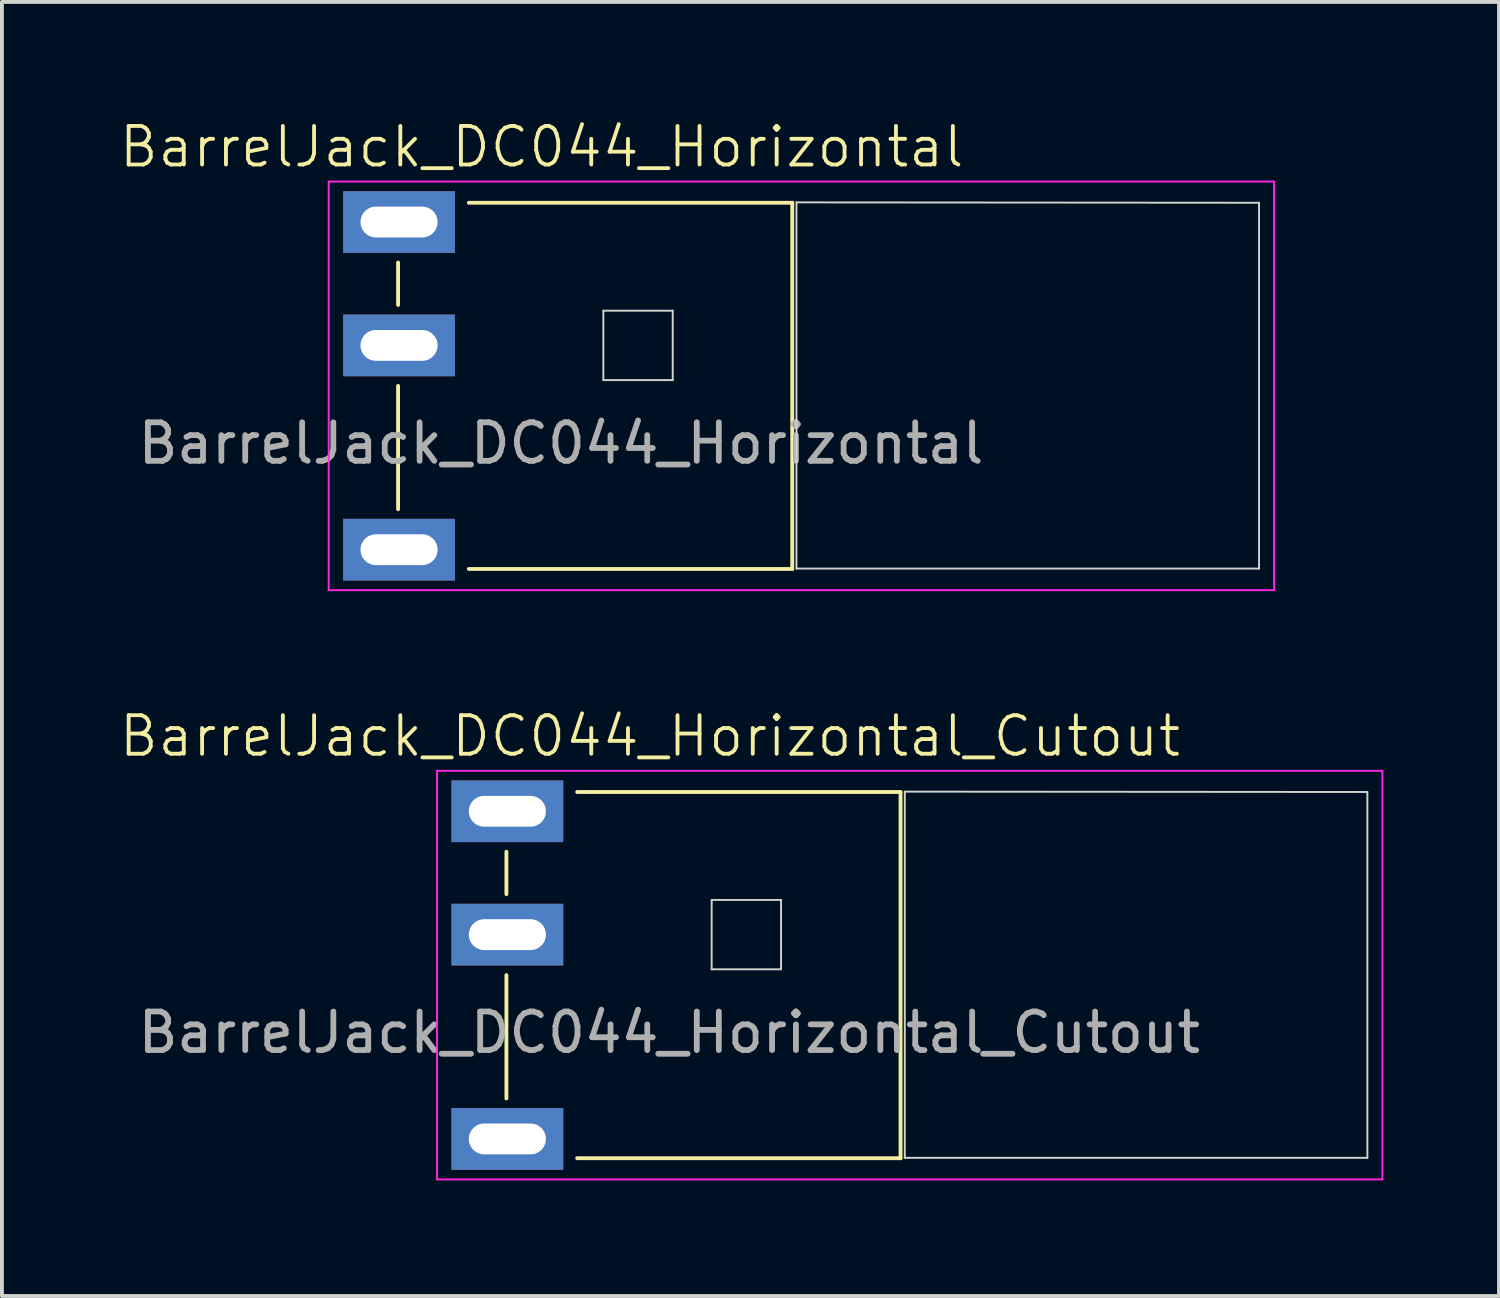
<source format=kicad_pcb>
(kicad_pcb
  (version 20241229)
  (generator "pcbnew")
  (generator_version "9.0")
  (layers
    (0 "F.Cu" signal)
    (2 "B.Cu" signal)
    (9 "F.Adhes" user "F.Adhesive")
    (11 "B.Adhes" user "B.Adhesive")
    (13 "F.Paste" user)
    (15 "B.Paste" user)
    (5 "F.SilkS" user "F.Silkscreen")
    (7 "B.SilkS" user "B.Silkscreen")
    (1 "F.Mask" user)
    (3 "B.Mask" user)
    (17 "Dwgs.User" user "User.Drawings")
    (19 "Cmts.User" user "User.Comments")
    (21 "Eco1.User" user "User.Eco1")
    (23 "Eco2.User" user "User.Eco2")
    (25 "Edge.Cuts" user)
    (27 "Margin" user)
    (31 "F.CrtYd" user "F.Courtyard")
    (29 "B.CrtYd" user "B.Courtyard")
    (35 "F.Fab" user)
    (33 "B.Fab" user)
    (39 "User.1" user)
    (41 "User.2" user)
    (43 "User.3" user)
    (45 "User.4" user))
  (footprint "BarrelJack_DC044_Horizontal"
    (layer "F.Cu")
    (at 11.002 6.96)
    (property "Reference" "BarrelJack_DC044_Horizontal" (at 0 -6.2 0) (unlocked yes) (layer "F.SilkS") (effects (font (size 1 1) (thickness 0.1))))
    (attr through_hole)
    (fp_line (start -3.725 -3.2) (end -3.725 -2.1) (stroke (width 0.1) (type default)) (layer "F.SilkS"))
    (fp_line (start -3.725 0) (end -3.725 3.2) (stroke (width 0.1) (type default)) (layer "F.SilkS"))
    (fp_line (start 6.5 -4.75) (end -1.89 -4.75) (stroke (width 0.1) (type default)) (layer "F.SilkS"))
    (fp_line (start 6.5 -4.75) (end 6.5 4.75) (stroke (width 0.1) (type default)) (layer "F.SilkS"))
    (fp_line (start 6.5 4.75) (end -1.89 4.75) (stroke (width 0.1) (type default)) (layer "F.SilkS"))
    (fp_line (start 1.6 -1.95) (end 1.6 -0.15) (stroke (width 0.05) (type default)) (layer "Edge.Cuts"))
    (fp_line (start 3.4 -1.95) (end 1.6 -1.95) (stroke (width 0.05) (type default)) (layer "Edge.Cuts"))
    (fp_line (start 3.4 -1.95) (end 3.4 -0.15) (stroke (width 0.05) (type default)) (layer "Edge.Cuts"))
    (fp_line (start 3.4 -0.15) (end 1.6 -0.15) (stroke (width 0.05) (type default)) (layer "Edge.Cuts"))
    (fp_line (start 6.61 -4.76) (end 18.61 -4.75) (stroke (width 0.05) (type default)) (layer "Edge.Cuts"))
    (fp_line (start 6.61 4.74) (end 6.61 -4.76) (stroke (width 0.05) (type default)) (layer "Edge.Cuts"))
    (fp_line (start 18.61 -4.75) (end 18.61 4.74) (stroke (width 0.05) (type default)) (layer "Edge.Cuts"))
    (fp_line (start 18.61 4.74) (end 6.61 4.74) (stroke (width 0.05) (type default)) (layer "Edge.Cuts"))
    (fp_line (start -5.525 -5.3) (end 19 -5.3) (stroke (width 0.05) (type default)) (layer "F.CrtYd"))
    (fp_line (start -5.525 5.3) (end -5.525 -5.3) (stroke (width 0.05) (type default)) (layer "F.CrtYd"))
    (fp_line (start 19 -5.3) (end 19 5.3) (stroke (width 0.05) (type default)) (layer "F.CrtYd"))
    (fp_line (start 19 5.3) (end -5.525 5.3) (stroke (width 0.05) (type default)) (layer "F.CrtYd"))
    (fp_text user "${REFERENCE}" (at 0.5 1.49 0) (unlocked yes) (layer "F.Fab") (effects (font (size 1 1) (thickness 0.15))))
    (pad "2" thru_hole rect (at -3.7 4.25 270) (size 1.6 2.9) (drill oval 0.8 2) (layers "*.Cu" "*.Mask"))
    (pad "3" thru_hole rect (at -3.7 -1.05 270) (size 1.6 2.9) (drill oval 0.8 2) (layers "*.Cu" "*.Mask"))
    (pad "4" thru_hole rect (at -3.7 -4.25 270) (size 1.6 2.9) (drill oval 0.8 2) (layers "*.Cu" "*.Mask")))
  (footprint "BarrelJack_DC044_Horizontal_Cutout"
    (layer "F.Cu")
    (at 13.812 22.246)
    (property "Reference" "BarrelJack_DC044_Horizontal_Cutout" (at 0 -6.2 0) (unlocked yes) (layer "F.SilkS") (effects (font (size 1 1) (thickness 0.1))))
    (attr through_hole)
    (fp_line (start -3.725 -3.2) (end -3.725 -2.1) (stroke (width 0.1) (type default)) (layer "F.SilkS"))
    (fp_line (start -3.725 0) (end -3.725 3.2) (stroke (width 0.1) (type default)) (layer "F.SilkS"))
    (fp_line (start 6.5 -4.75) (end -1.89 -4.75) (stroke (width 0.1) (type default)) (layer "F.SilkS"))
    (fp_line (start 6.5 -4.75) (end 6.5 4.75) (stroke (width 0.1) (type default)) (layer "F.SilkS"))
    (fp_line (start 6.5 4.75) (end -1.89 4.75) (stroke (width 0.1) (type default)) (layer "F.SilkS"))
    (fp_line (start 1.6 -1.95) (end 1.6 -0.15) (stroke (width 0.05) (type default)) (layer "Edge.Cuts"))
    (fp_line (start 3.4 -1.95) (end 1.6 -1.95) (stroke (width 0.05) (type default)) (layer "Edge.Cuts"))
    (fp_line (start 3.4 -1.95) (end 3.4 -0.15) (stroke (width 0.05) (type default)) (layer "Edge.Cuts"))
    (fp_line (start 3.4 -0.15) (end 1.6 -0.15) (stroke (width 0.05) (type default)) (layer "Edge.Cuts"))
    (fp_line (start 6.61 -4.76) (end 18.61 -4.75) (stroke (width 0.05) (type default)) (layer "Edge.Cuts"))
    (fp_line (start 6.61 4.74) (end 6.61 -4.76) (stroke (width 0.05) (type default)) (layer "Edge.Cuts"))
    (fp_line (start 18.61 -4.75) (end 18.61 4.74) (stroke (width 0.05) (type default)) (layer "Edge.Cuts"))
    (fp_line (start 18.61 4.74) (end 6.61 4.74) (stroke (width 0.05) (type default)) (layer "Edge.Cuts"))
    (fp_line (start -5.525 -5.3) (end 19 -5.3) (stroke (width 0.05) (type default)) (layer "F.CrtYd"))
    (fp_line (start -5.525 5.3) (end -5.525 -5.3) (stroke (width 0.05) (type default)) (layer "F.CrtYd"))
    (fp_line (start 19 -5.3) (end 19 5.3) (stroke (width 0.05) (type default)) (layer "F.CrtYd"))
    (fp_line (start 19 5.3) (end -5.525 5.3) (stroke (width 0.05) (type default)) (layer "F.CrtYd"))
    (fp_text user "${REFERENCE}" (at 0.5 1.49 0) (unlocked yes) (layer "F.Fab") (effects (font (size 1 1) (thickness 0.15))))
    (pad "2" thru_hole rect (at -3.7 4.25 270) (size 1.6 2.9) (drill oval 0.8 2) (layers "*.Cu" "*.Mask"))
    (pad "3" thru_hole rect (at -3.7 -1.05 270) (size 1.6 2.9) (drill oval 0.8 2) (layers "*.Cu" "*.Mask"))
    (pad "4" thru_hole rect (at -3.7 -4.25 270) (size 1.6 2.9) (drill oval 0.8 2) (layers "*.Cu" "*.Mask"))
    (zone (net_name "") (layers "F.Cu" "B.Cu") (hatch edge 0.5) (connect_pads) (min_thickness 0.25) (filled_areas_thickness no) (keepout (tracks not_allowed) (vias not_allowed) (pads not_allowed) (copperpour not_allowed) (footprints not_allowed)) (placement (enabled no)) (fill) (polygon (pts (xy 15.082 20.087) (xy 15.082 22.5) (xy 17.495 22.5) (xy 17.495 20.087)))))
  (gr_rect
    (start -3 -3)
    (end 35.837 30.571)
    (stroke (width 0.1) (type default))
    (fill no)
    (layer "Edge.Cuts")))
</source>
